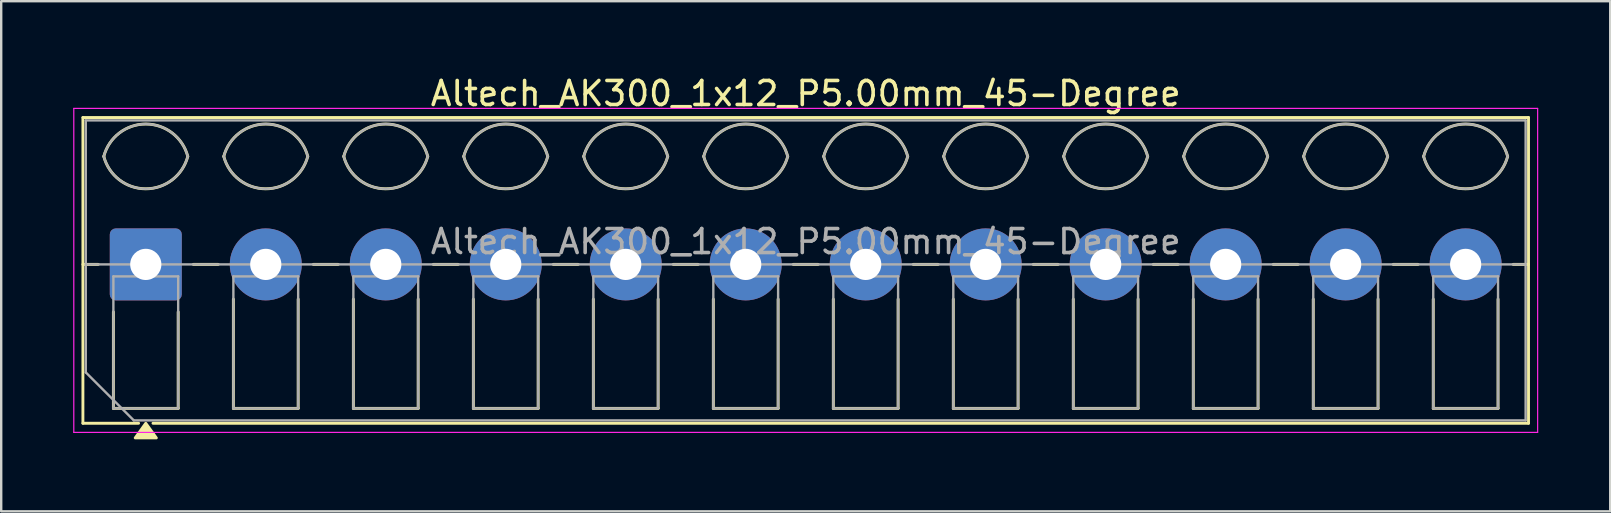
<source format=kicad_pcb>
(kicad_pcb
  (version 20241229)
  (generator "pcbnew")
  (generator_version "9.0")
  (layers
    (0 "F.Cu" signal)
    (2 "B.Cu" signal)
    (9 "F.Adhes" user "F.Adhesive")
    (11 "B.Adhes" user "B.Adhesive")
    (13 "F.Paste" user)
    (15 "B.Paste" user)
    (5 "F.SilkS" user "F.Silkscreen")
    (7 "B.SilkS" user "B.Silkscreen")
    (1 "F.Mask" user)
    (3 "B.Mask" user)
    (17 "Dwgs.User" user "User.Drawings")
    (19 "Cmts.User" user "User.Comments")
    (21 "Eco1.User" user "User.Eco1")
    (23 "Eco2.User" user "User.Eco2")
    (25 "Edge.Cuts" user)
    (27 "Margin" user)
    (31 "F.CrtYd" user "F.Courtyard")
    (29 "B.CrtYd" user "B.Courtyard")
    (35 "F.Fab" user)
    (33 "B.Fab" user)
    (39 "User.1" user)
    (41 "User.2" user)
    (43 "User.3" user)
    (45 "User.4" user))
  (footprint "Altech_AK300_1x12_P5.00mm_45-Degree"
    (layer "F.Cu")
    (at 3.025 7.968)
    (property "Reference" "Altech_AK300_1x12_P5.00mm_45-Degree" (at 27.5 -7.12 0) (layer "F.SilkS") (effects (font (size 1 1) (thickness 0.15))))
    (attr through_hole)
    (fp_line (start -2.62 -6.12) (end 57.62 -6.12) (stroke (width 0.12) (type solid)) (layer "F.SilkS"))
    (fp_line (start -2.62 0) (end -1.98 0) (stroke (width 0.12) (type solid)) (layer "F.SilkS"))
    (fp_line (start -2.62 6.62) (end -2.62 -6.12) (stroke (width 0.12) (type solid)) (layer "F.SilkS"))
    (fp_line (start -1.35 6) (end -1.35 1.98) (stroke (width 0.12) (type solid)) (layer "F.SilkS"))
    (fp_line (start -0.3 6.62) (end -2.62 6.62) (stroke (width 0.12) (type solid)) (layer "F.SilkS"))
    (fp_line (start 1.35 1.98) (end 1.35 6) (stroke (width 0.12) (type solid)) (layer "F.SilkS"))
    (fp_line (start 1.35 6) (end -1.35 6) (stroke (width 0.12) (type solid)) (layer "F.SilkS"))
    (fp_line (start 1.98 0) (end 3.02 0) (stroke (width 0.12) (type solid)) (layer "F.SilkS"))
    (fp_line (start 3.65 6) (end 3.65 1.448) (stroke (width 0.12) (type solid)) (layer "F.SilkS"))
    (fp_line (start 6.35 1.448) (end 6.35 6) (stroke (width 0.12) (type solid)) (layer "F.SilkS"))
    (fp_line (start 6.35 6) (end 3.65 6) (stroke (width 0.12) (type solid)) (layer "F.SilkS"))
    (fp_line (start 6.98 0) (end 8.02 0) (stroke (width 0.12) (type solid)) (layer "F.SilkS"))
    (fp_line (start 8.65 6) (end 8.65 1.448) (stroke (width 0.12) (type solid)) (layer "F.SilkS"))
    (fp_line (start 11.35 1.448) (end 11.35 6) (stroke (width 0.12) (type solid)) (layer "F.SilkS"))
    (fp_line (start 11.35 6) (end 8.65 6) (stroke (width 0.12) (type solid)) (layer "F.SilkS"))
    (fp_line (start 11.98 0) (end 13.02 0) (stroke (width 0.12) (type solid)) (layer "F.SilkS"))
    (fp_line (start 13.65 6) (end 13.65 1.448) (stroke (width 0.12) (type solid)) (layer "F.SilkS"))
    (fp_line (start 16.35 1.448) (end 16.35 6) (stroke (width 0.12) (type solid)) (layer "F.SilkS"))
    (fp_line (start 16.35 6) (end 13.65 6) (stroke (width 0.12) (type solid)) (layer "F.SilkS"))
    (fp_line (start 16.98 0) (end 18.02 0) (stroke (width 0.12) (type solid)) (layer "F.SilkS"))
    (fp_line (start 18.65 6) (end 18.65 1.448) (stroke (width 0.12) (type solid)) (layer "F.SilkS"))
    (fp_line (start 21.35 1.448) (end 21.35 6) (stroke (width 0.12) (type solid)) (layer "F.SilkS"))
    (fp_line (start 21.35 6) (end 18.65 6) (stroke (width 0.12) (type solid)) (layer "F.SilkS"))
    (fp_line (start 21.98 0) (end 23.02 0) (stroke (width 0.12) (type solid)) (layer "F.SilkS"))
    (fp_line (start 23.65 6) (end 23.65 1.448) (stroke (width 0.12) (type solid)) (layer "F.SilkS"))
    (fp_line (start 26.35 1.448) (end 26.35 6) (stroke (width 0.12) (type solid)) (layer "F.SilkS"))
    (fp_line (start 26.35 6) (end 23.65 6) (stroke (width 0.12) (type solid)) (layer "F.SilkS"))
    (fp_line (start 26.98 0) (end 28.02 0) (stroke (width 0.12) (type solid)) (layer "F.SilkS"))
    (fp_line (start 28.65 6) (end 28.65 1.448) (stroke (width 0.12) (type solid)) (layer "F.SilkS"))
    (fp_line (start 31.35 1.448) (end 31.35 6) (stroke (width 0.12) (type solid)) (layer "F.SilkS"))
    (fp_line (start 31.35 6) (end 28.65 6) (stroke (width 0.12) (type solid)) (layer "F.SilkS"))
    (fp_line (start 31.98 0) (end 33.02 0) (stroke (width 0.12) (type solid)) (layer "F.SilkS"))
    (fp_line (start 33.65 6) (end 33.65 1.448) (stroke (width 0.12) (type solid)) (layer "F.SilkS"))
    (fp_line (start 36.35 1.448) (end 36.35 6) (stroke (width 0.12) (type solid)) (layer "F.SilkS"))
    (fp_line (start 36.35 6) (end 33.65 6) (stroke (width 0.12) (type solid)) (layer "F.SilkS"))
    (fp_line (start 36.98 0) (end 38.02 0) (stroke (width 0.12) (type solid)) (layer "F.SilkS"))
    (fp_line (start 38.65 6) (end 38.65 1.448) (stroke (width 0.12) (type solid)) (layer "F.SilkS"))
    (fp_line (start 41.35 1.448) (end 41.35 6) (stroke (width 0.12) (type solid)) (layer "F.SilkS"))
    (fp_line (start 41.35 6) (end 38.65 6) (stroke (width 0.12) (type solid)) (layer "F.SilkS"))
    (fp_line (start 41.98 0) (end 43.02 0) (stroke (width 0.12) (type solid)) (layer "F.SilkS"))
    (fp_line (start 43.65 6) (end 43.65 1.448) (stroke (width 0.12) (type solid)) (layer "F.SilkS"))
    (fp_line (start 46.35 1.448) (end 46.35 6) (stroke (width 0.12) (type solid)) (layer "F.SilkS"))
    (fp_line (start 46.35 6) (end 43.65 6) (stroke (width 0.12) (type solid)) (layer "F.SilkS"))
    (fp_line (start 46.98 0) (end 48.02 0) (stroke (width 0.12) (type solid)) (layer "F.SilkS"))
    (fp_line (start 48.65 6) (end 48.65 1.448) (stroke (width 0.12) (type solid)) (layer "F.SilkS"))
    (fp_line (start 51.35 1.448) (end 51.35 6) (stroke (width 0.12) (type solid)) (layer "F.SilkS"))
    (fp_line (start 51.35 6) (end 48.65 6) (stroke (width 0.12) (type solid)) (layer "F.SilkS"))
    (fp_line (start 51.98 0) (end 53.02 0) (stroke (width 0.12) (type solid)) (layer "F.SilkS"))
    (fp_line (start 53.65 6) (end 53.65 1.448) (stroke (width 0.12) (type solid)) (layer "F.SilkS"))
    (fp_line (start 56.35 1.448) (end 56.35 6) (stroke (width 0.12) (type solid)) (layer "F.SilkS"))
    (fp_line (start 56.35 6) (end 53.65 6) (stroke (width 0.12) (type solid)) (layer "F.SilkS"))
    (fp_line (start 56.98 0) (end 57.62 0) (stroke (width 0.12) (type solid)) (layer "F.SilkS"))
    (fp_line (start 57.62 -6.12) (end 57.62 6.62) (stroke (width 0.12) (type solid)) (layer "F.SilkS"))
    (fp_line (start 57.62 6.62) (end 0.3 6.62) (stroke (width 0.12) (type solid)) (layer "F.SilkS"))
    (fp_arc (start -1.75 -4.5) (mid 0 -5.85) (end 1.75 -4.5) (stroke (width 0.12) (type solid)) (layer "F.SilkS"))
    (fp_arc (start 1.75 -4.5) (mid 0 -3.15) (end -1.75 -4.5) (stroke (width 0.12) (type solid)) (layer "F.SilkS"))
    (fp_arc (start 3.25 -4.5) (mid 5 -5.85) (end 6.75 -4.5) (stroke (width 0.12) (type solid)) (layer "F.SilkS"))
    (fp_arc (start 6.75 -4.5) (mid 5 -3.15) (end 3.25 -4.5) (stroke (width 0.12) (type solid)) (layer "F.SilkS"))
    (fp_arc (start 8.25 -4.5) (mid 10 -5.85) (end 11.75 -4.5) (stroke (width 0.12) (type solid)) (layer "F.SilkS"))
    (fp_arc (start 11.75 -4.5) (mid 10 -3.15) (end 8.25 -4.5) (stroke (width 0.12) (type solid)) (layer "F.SilkS"))
    (fp_arc (start 13.25 -4.5) (mid 15 -5.85) (end 16.75 -4.5) (stroke (width 0.12) (type solid)) (layer "F.SilkS"))
    (fp_arc (start 16.75 -4.5) (mid 15 -3.15) (end 13.25 -4.5) (stroke (width 0.12) (type solid)) (layer "F.SilkS"))
    (fp_arc (start 18.25 -4.5) (mid 20 -5.85) (end 21.75 -4.5) (stroke (width 0.12) (type solid)) (layer "F.SilkS"))
    (fp_arc (start 21.75 -4.5) (mid 20 -3.15) (end 18.25 -4.5) (stroke (width 0.12) (type solid)) (layer "F.SilkS"))
    (fp_arc (start 23.25 -4.5) (mid 25 -5.85) (end 26.75 -4.5) (stroke (width 0.12) (type solid)) (layer "F.SilkS"))
    (fp_arc (start 26.75 -4.5) (mid 25 -3.15) (end 23.25 -4.5) (stroke (width 0.12) (type solid)) (layer "F.SilkS"))
    (fp_arc (start 28.25 -4.5) (mid 30 -5.85) (end 31.75 -4.5) (stroke (width 0.12) (type solid)) (layer "F.SilkS"))
    (fp_arc (start 31.75 -4.5) (mid 30 -3.15) (end 28.25 -4.5) (stroke (width 0.12) (type solid)) (layer "F.SilkS"))
    (fp_arc (start 33.25 -4.5) (mid 35 -5.85) (end 36.75 -4.5) (stroke (width 0.12) (type solid)) (layer "F.SilkS"))
    (fp_arc (start 36.75 -4.5) (mid 35 -3.15) (end 33.25 -4.5) (stroke (width 0.12) (type solid)) (layer "F.SilkS"))
    (fp_arc (start 38.25 -4.5) (mid 40 -5.85) (end 41.75 -4.5) (stroke (width 0.12) (type solid)) (layer "F.SilkS"))
    (fp_arc (start 41.75 -4.5) (mid 40 -3.15) (end 38.25 -4.5) (stroke (width 0.12) (type solid)) (layer "F.SilkS"))
    (fp_arc (start 43.25 -4.5) (mid 45 -5.85) (end 46.75 -4.5) (stroke (width 0.12) (type solid)) (layer "F.SilkS"))
    (fp_arc (start 46.75 -4.5) (mid 45 -3.15) (end 43.25 -4.5) (stroke (width 0.12) (type solid)) (layer "F.SilkS"))
    (fp_arc (start 48.25 -4.5) (mid 50 -5.85) (end 51.75 -4.5) (stroke (width 0.12) (type solid)) (layer "F.SilkS"))
    (fp_arc (start 51.75 -4.5) (mid 50 -3.15) (end 48.25 -4.5) (stroke (width 0.12) (type solid)) (layer "F.SilkS"))
    (fp_arc (start 53.25 -4.5) (mid 55 -5.85) (end 56.75 -4.5) (stroke (width 0.12) (type solid)) (layer "F.SilkS"))
    (fp_arc (start 56.75 -4.5) (mid 55 -3.15) (end 53.25 -4.5) (stroke (width 0.12) (type solid)) (layer "F.SilkS"))
    (fp_poly (pts (xy 0 6.62) (xy 0.44 7.23) (xy -0.44 7.23)) (stroke (width 0.12) (type solid)) (fill yes) (layer "F.SilkS"))
    (fp_line (start -3 -6.5) (end -3 7) (stroke (width 0.05) (type solid)) (layer "F.CrtYd"))
    (fp_line (start -3 7) (end 58 7) (stroke (width 0.05) (type solid)) (layer "F.CrtYd"))
    (fp_line (start 58 -6.5) (end -3 -6.5) (stroke (width 0.05) (type solid)) (layer "F.CrtYd"))
    (fp_line (start 58 7) (end 58 -6.5) (stroke (width 0.05) (type solid)) (layer "F.CrtYd"))
    (fp_line (start -2.5 -6) (end 57.5 -6) (stroke (width 0.1) (type solid)) (layer "F.Fab"))
    (fp_line (start -2.5 0) (end 57.5 0) (stroke (width 0.1) (type solid)) (layer "F.Fab"))
    (fp_line (start -2.5 4.5) (end -2.5 -6) (stroke (width 0.1) (type solid)) (layer "F.Fab"))
    (fp_line (start -1.35 0.5) (end -1.35 6) (stroke (width 0.1) (type solid)) (layer "F.Fab"))
    (fp_line (start -1.35 6) (end 1.35 6) (stroke (width 0.1) (type solid)) (layer "F.Fab"))
    (fp_line (start -0.5 6.5) (end -2.5 4.5) (stroke (width 0.1) (type solid)) (layer "F.Fab"))
    (fp_line (start 1.35 0.5) (end -1.35 0.5) (stroke (width 0.1) (type solid)) (layer "F.Fab"))
    (fp_line (start 1.35 6) (end 1.35 0.5) (stroke (width 0.1) (type solid)) (layer "F.Fab"))
    (fp_line (start 3.65 0.5) (end 3.65 6) (stroke (width 0.1) (type solid)) (layer "F.Fab"))
    (fp_line (start 3.65 6) (end 6.35 6) (stroke (width 0.1) (type solid)) (layer "F.Fab"))
    (fp_line (start 6.35 0.5) (end 3.65 0.5) (stroke (width 0.1) (type solid)) (layer "F.Fab"))
    (fp_line (start 6.35 6) (end 6.35 0.5) (stroke (width 0.1) (type solid)) (layer "F.Fab"))
    (fp_line (start 8.65 0.5) (end 8.65 6) (stroke (width 0.1) (type solid)) (layer "F.Fab"))
    (fp_line (start 8.65 6) (end 11.351 6) (stroke (width 0.1) (type solid)) (layer "F.Fab"))
    (fp_line (start 11.351 0.5) (end 8.65 0.5) (stroke (width 0.1) (type solid)) (layer "F.Fab"))
    (fp_line (start 11.351 6) (end 11.351 0.5) (stroke (width 0.1) (type solid)) (layer "F.Fab"))
    (fp_line (start 13.65 0.5) (end 13.65 6) (stroke (width 0.1) (type solid)) (layer "F.Fab"))
    (fp_line (start 13.65 6) (end 16.351 6) (stroke (width 0.1) (type solid)) (layer "F.Fab"))
    (fp_line (start 16.351 0.5) (end 13.65 0.5) (stroke (width 0.1) (type solid)) (layer "F.Fab"))
    (fp_line (start 16.351 6) (end 16.351 0.5) (stroke (width 0.1) (type solid)) (layer "F.Fab"))
    (fp_line (start 18.65 0.5) (end 18.65 6) (stroke (width 0.1) (type solid)) (layer "F.Fab"))
    (fp_line (start 18.65 6) (end 21.35 6) (stroke (width 0.1) (type solid)) (layer "F.Fab"))
    (fp_line (start 21.35 0.5) (end 18.65 0.5) (stroke (width 0.1) (type solid)) (layer "F.Fab"))
    (fp_line (start 21.35 6) (end 21.35 0.5) (stroke (width 0.1) (type solid)) (layer "F.Fab"))
    (fp_line (start 23.65 0.5) (end 23.65 6) (stroke (width 0.1) (type solid)) (layer "F.Fab"))
    (fp_line (start 23.65 6) (end 26.35 6) (stroke (width 0.1) (type solid)) (layer "F.Fab"))
    (fp_line (start 26.35 0.5) (end 23.65 0.5) (stroke (width 0.1) (type solid)) (layer "F.Fab"))
    (fp_line (start 26.35 6) (end 26.35 0.5) (stroke (width 0.1) (type solid)) (layer "F.Fab"))
    (fp_line (start 28.65 0.5) (end 28.65 6) (stroke (width 0.1) (type solid)) (layer "F.Fab"))
    (fp_line (start 28.65 6) (end 31.35 6) (stroke (width 0.1) (type solid)) (layer "F.Fab"))
    (fp_line (start 31.35 0.5) (end 28.65 0.5) (stroke (width 0.1) (type solid)) (layer "F.Fab"))
    (fp_line (start 31.35 6) (end 31.35 0.5) (stroke (width 0.1) (type solid)) (layer "F.Fab"))
    (fp_line (start 33.65 0.5) (end 33.65 6) (stroke (width 0.1) (type solid)) (layer "F.Fab"))
    (fp_line (start 33.65 6) (end 36.35 6) (stroke (width 0.1) (type solid)) (layer "F.Fab"))
    (fp_line (start 36.35 0.5) (end 33.65 0.5) (stroke (width 0.1) (type solid)) (layer "F.Fab"))
    (fp_line (start 36.35 6) (end 36.35 0.5) (stroke (width 0.1) (type solid)) (layer "F.Fab"))
    (fp_line (start 38.65 0.5) (end 38.65 6) (stroke (width 0.1) (type solid)) (layer "F.Fab"))
    (fp_line (start 38.65 6) (end 41.35 6) (stroke (width 0.1) (type solid)) (layer "F.Fab"))
    (fp_line (start 41.35 0.5) (end 38.65 0.5) (stroke (width 0.1) (type solid)) (layer "F.Fab"))
    (fp_line (start 41.35 6) (end 41.35 0.5) (stroke (width 0.1) (type solid)) (layer "F.Fab"))
    (fp_line (start 43.65 0.5) (end 43.65 6) (stroke (width 0.1) (type solid)) (layer "F.Fab"))
    (fp_line (start 43.65 6) (end 46.35 6) (stroke (width 0.1) (type solid)) (layer "F.Fab"))
    (fp_line (start 46.35 0.5) (end 43.65 0.5) (stroke (width 0.1) (type solid)) (layer "F.Fab"))
    (fp_line (start 46.35 6) (end 46.35 0.5) (stroke (width 0.1) (type solid)) (layer "F.Fab"))
    (fp_line (start 48.65 0.5) (end 48.65 6) (stroke (width 0.1) (type solid)) (layer "F.Fab"))
    (fp_line (start 48.65 6) (end 51.35 6) (stroke (width 0.1) (type solid)) (layer "F.Fab"))
    (fp_line (start 51.35 0.5) (end 48.65 0.5) (stroke (width 0.1) (type solid)) (layer "F.Fab"))
    (fp_line (start 51.35 6) (end 51.35 0.5) (stroke (width 0.1) (type solid)) (layer "F.Fab"))
    (fp_line (start 53.65 0.5) (end 53.65 6) (stroke (width 0.1) (type solid)) (layer "F.Fab"))
    (fp_line (start 53.65 6) (end 56.35 6) (stroke (width 0.1) (type solid)) (layer "F.Fab"))
    (fp_line (start 56.35 0.5) (end 53.65 0.5) (stroke (width 0.1) (type solid)) (layer "F.Fab"))
    (fp_line (start 56.35 6) (end 56.35 0.5) (stroke (width 0.1) (type solid)) (layer "F.Fab"))
    (fp_line (start 57.5 -6) (end 57.5 6.5) (stroke (width 0.1) (type solid)) (layer "F.Fab"))
    (fp_line (start 57.5 6.5) (end -0.5 6.5) (stroke (width 0.1) (type solid)) (layer "F.Fab"))
    (fp_arc (start -1.75 -4.5) (mid 0 -5.85) (end 1.75 -4.5) (stroke (width 0.1) (type solid)) (layer "F.Fab"))
    (fp_arc (start 1.75 -4.5) (mid 0 -3.15) (end -1.75 -4.5) (stroke (width 0.1) (type solid)) (layer "F.Fab"))
    (fp_arc (start 3.25 -4.5) (mid 5 -5.85) (end 6.75 -4.5) (stroke (width 0.1) (type solid)) (layer "F.Fab"))
    (fp_arc (start 6.75 -4.5) (mid 5 -3.15) (end 3.25 -4.5) (stroke (width 0.1) (type solid)) (layer "F.Fab"))
    (fp_arc (start 8.25 -4.5) (mid 10 -5.85) (end 11.75 -4.5) (stroke (width 0.1) (type solid)) (layer "F.Fab"))
    (fp_arc (start 11.75 -4.5) (mid 10 -3.15) (end 8.25 -4.5) (stroke (width 0.1) (type solid)) (layer "F.Fab"))
    (fp_arc (start 13.25 -4.5) (mid 15 -5.85) (end 16.75 -4.5) (stroke (width 0.1) (type solid)) (layer "F.Fab"))
    (fp_arc (start 16.75 -4.5) (mid 15 -3.15) (end 13.25 -4.5) (stroke (width 0.1) (type solid)) (layer "F.Fab"))
    (fp_arc (start 18.25 -4.5) (mid 20 -5.85) (end 21.75 -4.5) (stroke (width 0.1) (type solid)) (layer "F.Fab"))
    (fp_arc (start 21.75 -4.5) (mid 20 -3.15) (end 18.25 -4.5) (stroke (width 0.1) (type solid)) (layer "F.Fab"))
    (fp_arc (start 23.25 -4.5) (mid 25 -5.85) (end 26.75 -4.5) (stroke (width 0.1) (type solid)) (layer "F.Fab"))
    (fp_arc (start 26.75 -4.5) (mid 25 -3.15) (end 23.25 -4.5) (stroke (width 0.1) (type solid)) (layer "F.Fab"))
    (fp_arc (start 28.25 -4.5) (mid 30 -5.85) (end 31.75 -4.5) (stroke (width 0.1) (type solid)) (layer "F.Fab"))
    (fp_arc (start 31.75 -4.5) (mid 30 -3.15) (end 28.25 -4.5) (stroke (width 0.1) (type solid)) (layer "F.Fab"))
    (fp_arc (start 33.25 -4.5) (mid 35 -5.85) (end 36.75 -4.5) (stroke (width 0.1) (type solid)) (layer "F.Fab"))
    (fp_arc (start 36.75 -4.5) (mid 35 -3.15) (end 33.25 -4.5) (stroke (width 0.1) (type solid)) (layer "F.Fab"))
    (fp_arc (start 38.25 -4.5) (mid 40 -5.85) (end 41.75 -4.5) (stroke (width 0.1) (type solid)) (layer "F.Fab"))
    (fp_arc (start 41.75 -4.5) (mid 40 -3.15) (end 38.25 -4.5) (stroke (width 0.1) (type solid)) (layer "F.Fab"))
    (fp_arc (start 43.25 -4.5) (mid 45 -5.85) (end 46.75 -4.5) (stroke (width 0.1) (type solid)) (layer "F.Fab"))
    (fp_arc (start 46.75 -4.5) (mid 45 -3.15) (end 43.25 -4.5) (stroke (width 0.1) (type solid)) (layer "F.Fab"))
    (fp_arc (start 48.25 -4.5) (mid 50 -5.85) (end 51.75 -4.5) (stroke (width 0.1) (type solid)) (layer "F.Fab"))
    (fp_arc (start 51.75 -4.5) (mid 50 -3.15) (end 48.25 -4.5) (stroke (width 0.1) (type solid)) (layer "F.Fab"))
    (fp_arc (start 53.25 -4.5) (mid 55 -5.85) (end 56.75 -4.5) (stroke (width 0.1) (type solid)) (layer "F.Fab"))
    (fp_arc (start 56.75 -4.5) (mid 55 -3.15) (end 53.25 -4.5) (stroke (width 0.1) (type solid)) (layer "F.Fab"))
    (fp_text user "${REFERENCE}" (at 27.5 -0.95 0) (layer "F.Fab") (effects (font (size 1 1) (thickness 0.15))))
    (pad "1" thru_hole roundrect (at 0 0) (size 3 3) (drill 1.3) (layers "*.Cu" "*.Mask") (roundrect_rratio 0.083))
    (pad "2" thru_hole circle (at 5 0) (size 3 3) (drill 1.3) (layers "*.Cu" "*.Mask"))
    (pad "3" thru_hole circle (at 10 0) (size 3 3) (drill 1.3) (layers "*.Cu" "*.Mask"))
    (pad "4" thru_hole circle (at 15 0) (size 3 3) (drill 1.3) (layers "*.Cu" "*.Mask"))
    (pad "5" thru_hole circle (at 20 0) (size 3 3) (drill 1.3) (layers "*.Cu" "*.Mask"))
    (pad "6" thru_hole circle (at 25 0) (size 3 3) (drill 1.3) (layers "*.Cu" "*.Mask"))
    (pad "7" thru_hole circle (at 30 0) (size 3 3) (drill 1.3) (layers "*.Cu" "*.Mask"))
    (pad "8" thru_hole circle (at 35 0) (size 3 3) (drill 1.3) (layers "*.Cu" "*.Mask"))
    (pad "9" thru_hole circle (at 40 0) (size 3 3) (drill 1.3) (layers "*.Cu" "*.Mask"))
    (pad "10" thru_hole circle (at 45 0) (size 3 3) (drill 1.3) (layers "*.Cu" "*.Mask"))
    (pad "11" thru_hole circle (at 50 0) (size 3 3) (drill 1.3) (layers "*.Cu" "*.Mask"))
    (pad "12" thru_hole circle (at 55 0) (size 3 3) (drill 1.3) (layers "*.Cu" "*.Mask")))
  (gr_rect
    (start -3 -3)
    (end 64.05 18.258)
    (stroke (width 0.1) (type default))
    (fill no)
    (layer "Edge.Cuts")))
</source>
